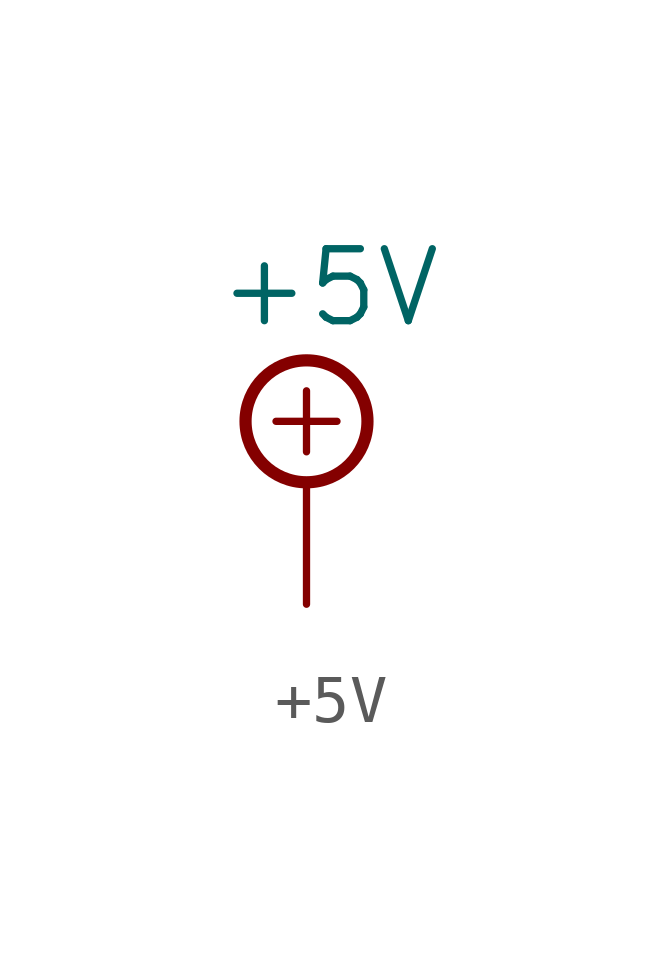
<source format=kicad_sym>
(kicad_symbol_lib
  (version 20211014)
  (generator kicad_symbol_editor)
  (symbol "+5V"
    (power)
    (pin_names
      (offset 1.016))
    (property "Reference" "#SUPPLY"
      (at 0 0 0)
      (effects (font (size 1.27 1.27)) hide))
    (property "Value" "+5V"
      (at -1.905 3.175 0)
      (effects (font (size 1.499 1.499)) (justify left bottom)))
    (property "ki_locked" ""
      (at 0 0 0)
      (effects (font (size 1.27 1.27))))
    (symbol "+5V_1_0"
      (polyline (pts (xy -0.635 1.27) (xy 0.635 1.27)) (stroke (width 0) (type default) (color 0 0 0 0)) (fill (type none)))
      (polyline (pts (xy 0 0.635) (xy 0 1.905)) (stroke (width 0) (type default) (color 0 0 0 0)) (fill (type none)))
      (circle (center 0 1.27) (radius 1.27) (stroke (width 0.254) (type default) (color 0 0 0 0)) (fill (type none)))
      (pin power_in line (at 0 -2.54 90) (length 2.54) (name "+5V" (effects (font (size 0 0)))) (number "1" (effects (font (size 0 0))))))))
</source>
